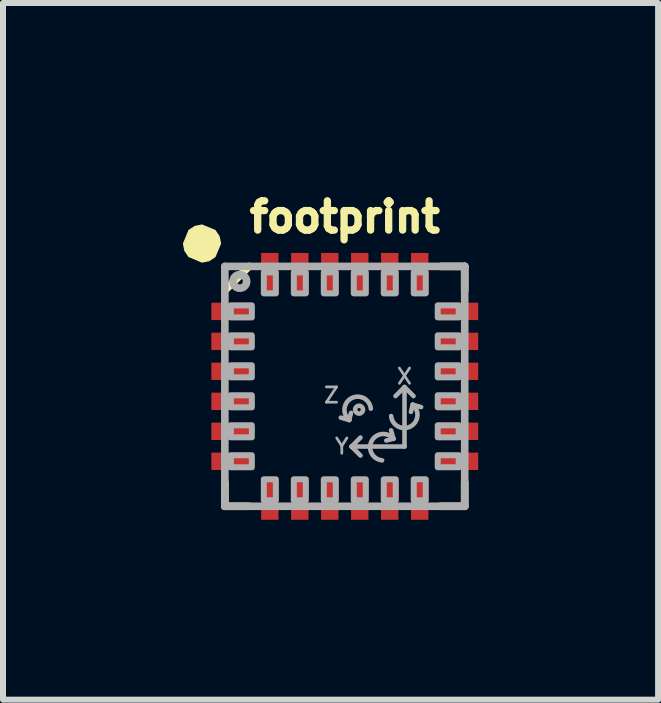
<source format=kicad_pcb>
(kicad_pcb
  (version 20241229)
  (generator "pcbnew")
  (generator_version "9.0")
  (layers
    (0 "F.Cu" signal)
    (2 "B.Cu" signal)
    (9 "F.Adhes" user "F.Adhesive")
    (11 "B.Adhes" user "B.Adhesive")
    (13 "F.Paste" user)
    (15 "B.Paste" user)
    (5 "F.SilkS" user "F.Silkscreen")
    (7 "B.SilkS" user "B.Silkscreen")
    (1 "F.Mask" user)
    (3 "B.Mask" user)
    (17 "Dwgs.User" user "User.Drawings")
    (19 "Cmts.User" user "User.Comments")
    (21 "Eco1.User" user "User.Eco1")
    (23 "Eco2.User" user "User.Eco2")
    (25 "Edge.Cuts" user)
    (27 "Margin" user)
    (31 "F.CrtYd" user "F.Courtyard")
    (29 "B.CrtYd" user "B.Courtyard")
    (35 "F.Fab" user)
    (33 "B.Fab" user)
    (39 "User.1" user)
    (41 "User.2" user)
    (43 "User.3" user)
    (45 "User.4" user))
  (footprint "footprint"
    (layer "F.Cu")
    (at 2.7 3.393)
    (property "Reference" "footprint" (at 0 -2.54 0) (layer "F.SilkS") (effects (font (size 0.488 0.488) (thickness 0.122)) (justify bottom)))
    (fp_line (start -2 -1.6) (end -1.6 -2) (stroke (width 0.127) (type solid)) (layer "F.SilkS"))
    (fp_line (start -2 2) (end -2 1.6) (stroke (width 0.127) (type solid)) (layer "F.SilkS"))
    (fp_line (start -2 2) (end -1.6 2) (stroke (width 0.127) (type solid)) (layer "F.SilkS"))
    (fp_line (start 2 -2) (end 1.6 -2) (stroke (width 0.127) (type solid)) (layer "F.SilkS"))
    (fp_line (start 2 -2) (end 2 -1.6) (stroke (width 0.127) (type solid)) (layer "F.SilkS"))
    (fp_line (start 2 2) (end 1.6 2) (stroke (width 0.127) (type solid)) (layer "F.SilkS"))
    (fp_line (start 2 2) (end 2 1.6) (stroke (width 0.127) (type solid)) (layer "F.SilkS"))
    (fp_poly (pts (xy -2.156 -2.607) (xy -2.087 -2.503) (xy -2.062 -2.381) (xy -2.156 -2.156) (xy -2.259 -2.087) (xy -2.381 -2.062) (xy -2.607 -2.156) (xy -2.676 -2.259) (xy -2.7 -2.381) (xy -2.607 -2.607) (xy -2.503 -2.676) (xy -2.381 -2.7)) (stroke (width 0) (type solid)) (fill yes) (layer "F.SilkS"))
    (fp_line (start -2 -2) (end 2 -2) (stroke (width 0.127) (type solid)) (layer "F.Fab"))
    (fp_line (start -2 2) (end -2 -2) (stroke (width 0.127) (type solid)) (layer "F.Fab"))
    (fp_line (start 0.074 0.562) (end -0.066 0.522) (stroke (width 0.076) (type solid)) (layer "F.Fab"))
    (fp_line (start 0.074 0.562) (end 0.104 0.442) (stroke (width 0.076) (type solid)) (layer "F.Fab"))
    (fp_line (start 0.112 1.004) (end 0.262 0.854) (stroke (width 0.076) (type solid)) (layer "F.Fab"))
    (fp_line (start 0.112 1.004) (end 0.262 1.154) (stroke (width 0.076) (type solid)) (layer "F.Fab"))
    (fp_line (start 0.115 1.004) (end 0.996 1.004) (stroke (width 0.076) (type solid)) (layer "F.Fab"))
    (fp_line (start 0.812 0.874) (end 0.692 0.904) (stroke (width 0.076) (type solid)) (layer "F.Fab"))
    (fp_line (start 0.812 0.874) (end 0.772 0.734) (stroke (width 0.076) (type solid)) (layer "F.Fab"))
    (fp_line (start 0.996 0.012) (end 0.846 0.162) (stroke (width 0.076) (type solid)) (layer "F.Fab"))
    (fp_line (start 0.996 0.012) (end 0.996 1.004) (stroke (width 0.076) (type solid)) (layer "F.Fab"))
    (fp_line (start 0.996 0.012) (end 1.146 0.162) (stroke (width 0.076) (type solid)) (layer "F.Fab"))
    (fp_line (start 1.133 0.306) (end 1.103 0.426) (stroke (width 0.076) (type solid)) (layer "F.Fab"))
    (fp_line (start 1.133 0.306) (end 1.273 0.346) (stroke (width 0.076) (type solid)) (layer "F.Fab"))
    (fp_line (start 2 -2) (end 2 2) (stroke (width 0.127) (type solid)) (layer "F.Fab"))
    (fp_line (start 2 2) (end -2 2) (stroke (width 0.127) (type solid)) (layer "F.Fab"))
    (fp_arc (start 0.073998 0.562) (mid 0.111822 0.197609) (end 0.434 0.372) (stroke (width 0.0762) (type solid)) (layer "F.Fab"))
    (fp_arc (start 0.622 1.234) (mid 0.44761 0.911822) (end 0.812 0.873998) (stroke (width 0.0762) (type solid)) (layer "F.Fab"))
    (fp_arc (start 1.132599 0.305599) (mid 1.094778 0.669988) (end 0.7726 0.4956) (stroke (width 0.0762) (type solid)) (layer "F.Fab"))
    (fp_circle (center -1.75 -1.75) (end -1.7 -1.75) (stroke (width 0.127) (type solid)) (fill no) (layer "F.Fab"))
    (fp_circle (center 0.238 0.389) (end 0.266 0.389) (stroke (width 0.076) (type solid)) (fill no) (layer "F.Fab"))
    (fp_poly (pts (xy -1.9 -1.15) (xy -1.55 -1.15) (xy -1.55 -1.35) (xy -1.9 -1.35)) (stroke (width 0.1) (type solid)) (fill no) (layer "F.Fab"))
    (fp_poly (pts (xy -1.9 -0.65) (xy -1.55 -0.65) (xy -1.55 -0.85) (xy -1.9 -0.85)) (stroke (width 0.1) (type solid)) (fill no) (layer "F.Fab"))
    (fp_poly (pts (xy -1.9 -0.15) (xy -1.55 -0.15) (xy -1.55 -0.35) (xy -1.9 -0.35)) (stroke (width 0.1) (type solid)) (fill no) (layer "F.Fab"))
    (fp_poly (pts (xy -1.9 0.35) (xy -1.55 0.35) (xy -1.55 0.15) (xy -1.9 0.15)) (stroke (width 0.1) (type solid)) (fill no) (layer "F.Fab"))
    (fp_poly (pts (xy -1.9 0.85) (xy -1.55 0.85) (xy -1.55 0.65) (xy -1.9 0.65)) (stroke (width 0.1) (type solid)) (fill no) (layer "F.Fab"))
    (fp_poly (pts (xy -1.9 1.35) (xy -1.55 1.35) (xy -1.55 1.15) (xy -1.9 1.15)) (stroke (width 0.1) (type solid)) (fill no) (layer "F.Fab"))
    (fp_poly (pts (xy -1.35 1.9) (xy -1.15 1.9) (xy -1.15 1.55) (xy -1.35 1.55)) (stroke (width 0.1) (type solid)) (fill no) (layer "F.Fab"))
    (fp_poly (pts (xy -1.15 -1.9) (xy -1.35 -1.9) (xy -1.35 -1.55) (xy -1.15 -1.55)) (stroke (width 0.1) (type solid)) (fill no) (layer "F.Fab"))
    (fp_poly (pts (xy -0.85 1.9) (xy -0.65 1.9) (xy -0.65 1.55) (xy -0.85 1.55)) (stroke (width 0.1) (type solid)) (fill no) (layer "F.Fab"))
    (fp_poly (pts (xy -0.65 -1.9) (xy -0.85 -1.9) (xy -0.85 -1.55) (xy -0.65 -1.55)) (stroke (width 0.1) (type solid)) (fill no) (layer "F.Fab"))
    (fp_poly (pts (xy -0.35 1.9) (xy -0.15 1.9) (xy -0.15 1.55) (xy -0.35 1.55)) (stroke (width 0.1) (type solid)) (fill no) (layer "F.Fab"))
    (fp_poly (pts (xy -0.15 -1.9) (xy -0.35 -1.9) (xy -0.35 -1.55) (xy -0.15 -1.55)) (stroke (width 0.1) (type solid)) (fill no) (layer "F.Fab"))
    (fp_poly (pts (xy 0.15 1.9) (xy 0.35 1.9) (xy 0.35 1.55) (xy 0.15 1.55)) (stroke (width 0.1) (type solid)) (fill no) (layer "F.Fab"))
    (fp_poly (pts (xy 0.35 -1.9) (xy 0.15 -1.9) (xy 0.15 -1.55) (xy 0.35 -1.55)) (stroke (width 0.1) (type solid)) (fill no) (layer "F.Fab"))
    (fp_poly (pts (xy 0.65 1.9) (xy 0.85 1.9) (xy 0.85 1.55) (xy 0.65 1.55)) (stroke (width 0.1) (type solid)) (fill no) (layer "F.Fab"))
    (fp_poly (pts (xy 0.85 -1.9) (xy 0.65 -1.9) (xy 0.65 -1.55) (xy 0.85 -1.55)) (stroke (width 0.1) (type solid)) (fill no) (layer "F.Fab"))
    (fp_poly (pts (xy 1.15 1.9) (xy 1.35 1.9) (xy 1.35 1.55) (xy 1.15 1.55)) (stroke (width 0.1) (type solid)) (fill no) (layer "F.Fab"))
    (fp_poly (pts (xy 1.35 -1.9) (xy 1.15 -1.9) (xy 1.15 -1.55) (xy 1.35 -1.55)) (stroke (width 0.1) (type solid)) (fill no) (layer "F.Fab"))
    (fp_poly (pts (xy 1.9 -1.35) (xy 1.55 -1.35) (xy 1.55 -1.15) (xy 1.9 -1.15)) (stroke (width 0.1) (type solid)) (fill no) (layer "F.Fab"))
    (fp_poly (pts (xy 1.9 -0.85) (xy 1.55 -0.85) (xy 1.55 -0.65) (xy 1.9 -0.65)) (stroke (width 0.1) (type solid)) (fill no) (layer "F.Fab"))
    (fp_poly (pts (xy 1.9 -0.35) (xy 1.55 -0.35) (xy 1.55 -0.15) (xy 1.9 -0.15)) (stroke (width 0.1) (type solid)) (fill no) (layer "F.Fab"))
    (fp_poly (pts (xy 1.9 0.15) (xy 1.55 0.15) (xy 1.55 0.35) (xy 1.9 0.35)) (stroke (width 0.1) (type solid)) (fill no) (layer "F.Fab"))
    (fp_poly (pts (xy 1.9 0.65) (xy 1.55 0.65) (xy 1.55 0.85) (xy 1.9 0.85)) (stroke (width 0.1) (type solid)) (fill no) (layer "F.Fab"))
    (fp_poly (pts (xy 1.9 1.15) (xy 1.55 1.15) (xy 1.55 1.35) (xy 1.9 1.35)) (stroke (width 0.1) (type solid)) (fill no) (layer "F.Fab"))
    (fp_text user "Z" (at -0.222 0.149 0) (layer "F.Fab") (effects (font (size 0.255 0.255) (thickness 0.045))))
    (fp_text user "X" (at 0.995 -0.166 0) (layer "F.Fab") (effects (font (size 0.255 0.255) (thickness 0.045))))
    (fp_text user "Y" (at -0.05 1 0) (layer "F.Fab") (effects (font (size 0.255 0.255) (thickness 0.045))))
    (pad "1" smd rect (at -1.875 -1.25 90) (size 0.29 0.7) (layers "F.Cu" "F.Mask" "F.Paste"))
    (pad "2" smd rect (at -1.875 -0.75 90) (size 0.29 0.7) (layers "F.Cu" "F.Mask" "F.Paste"))
    (pad "3" smd rect (at -1.875 -0.25 90) (size 0.29 0.7) (layers "F.Cu" "F.Mask" "F.Paste"))
    (pad "4" smd rect (at -1.875 0.25 90) (size 0.29 0.7) (layers "F.Cu" "F.Mask" "F.Paste"))
    (pad "5" smd rect (at -1.875 0.75 90) (size 0.29 0.7) (layers "F.Cu" "F.Mask" "F.Paste"))
    (pad "6" smd rect (at -1.875 1.25 90) (size 0.29 0.7) (layers "F.Cu" "F.Mask" "F.Paste"))
    (pad "7" smd rect (at -1.25 1.875 180) (size 0.29 0.7) (layers "F.Cu" "F.Mask" "F.Paste"))
    (pad "8" smd rect (at -0.75 1.875 180) (size 0.29 0.7) (layers "F.Cu" "F.Mask" "F.Paste"))
    (pad "9" smd rect (at -0.25 1.875 180) (size 0.29 0.7) (layers "F.Cu" "F.Mask" "F.Paste"))
    (pad "10" smd rect (at 0.25 1.875 180) (size 0.29 0.7) (layers "F.Cu" "F.Mask" "F.Paste"))
    (pad "11" smd rect (at 0.75 1.875 180) (size 0.29 0.7) (layers "F.Cu" "F.Mask" "F.Paste"))
    (pad "12" smd rect (at 1.25 1.875 180) (size 0.29 0.7) (layers "F.Cu" "F.Mask" "F.Paste"))
    (pad "13" smd rect (at 1.875 1.25 270) (size 0.29 0.7) (layers "F.Cu" "F.Mask" "F.Paste"))
    (pad "14" smd rect (at 1.875 0.75 270) (size 0.29 0.7) (layers "F.Cu" "F.Mask" "F.Paste"))
    (pad "15" smd rect (at 1.875 0.25 270) (size 0.29 0.7) (layers "F.Cu" "F.Mask" "F.Paste"))
    (pad "16" smd rect (at 1.875 -0.25 270) (size 0.29 0.7) (layers "F.Cu" "F.Mask" "F.Paste"))
    (pad "17" smd rect (at 1.875 -0.75 270) (size 0.29 0.7) (layers "F.Cu" "F.Mask" "F.Paste"))
    (pad "18" smd rect (at 1.875 -1.25 270) (size 0.29 0.7) (layers "F.Cu" "F.Mask" "F.Paste"))
    (pad "19" smd rect (at 1.25 -1.875) (size 0.29 0.7) (layers "F.Cu" "F.Mask" "F.Paste"))
    (pad "20" smd rect (at 0.75 -1.875) (size 0.29 0.7) (layers "F.Cu" "F.Mask" "F.Paste"))
    (pad "21" smd rect (at 0.25 -1.875) (size 0.29 0.7) (layers "F.Cu" "F.Mask" "F.Paste"))
    (pad "22" smd rect (at -0.25 -1.875) (size 0.29 0.7) (layers "F.Cu" "F.Mask" "F.Paste"))
    (pad "23" smd rect (at -0.75 -1.875) (size 0.29 0.7) (layers "F.Cu" "F.Mask" "F.Paste"))
    (pad "24" smd rect (at -1.25 -1.875) (size 0.29 0.7) (layers "F.Cu" "F.Mask" "F.Paste")))
  (gr_rect
    (start -3 -3)
    (end 7.925 8.618)
    (stroke (width 0.1) (type default))
    (fill no)
    (layer "Edge.Cuts")))
</source>
